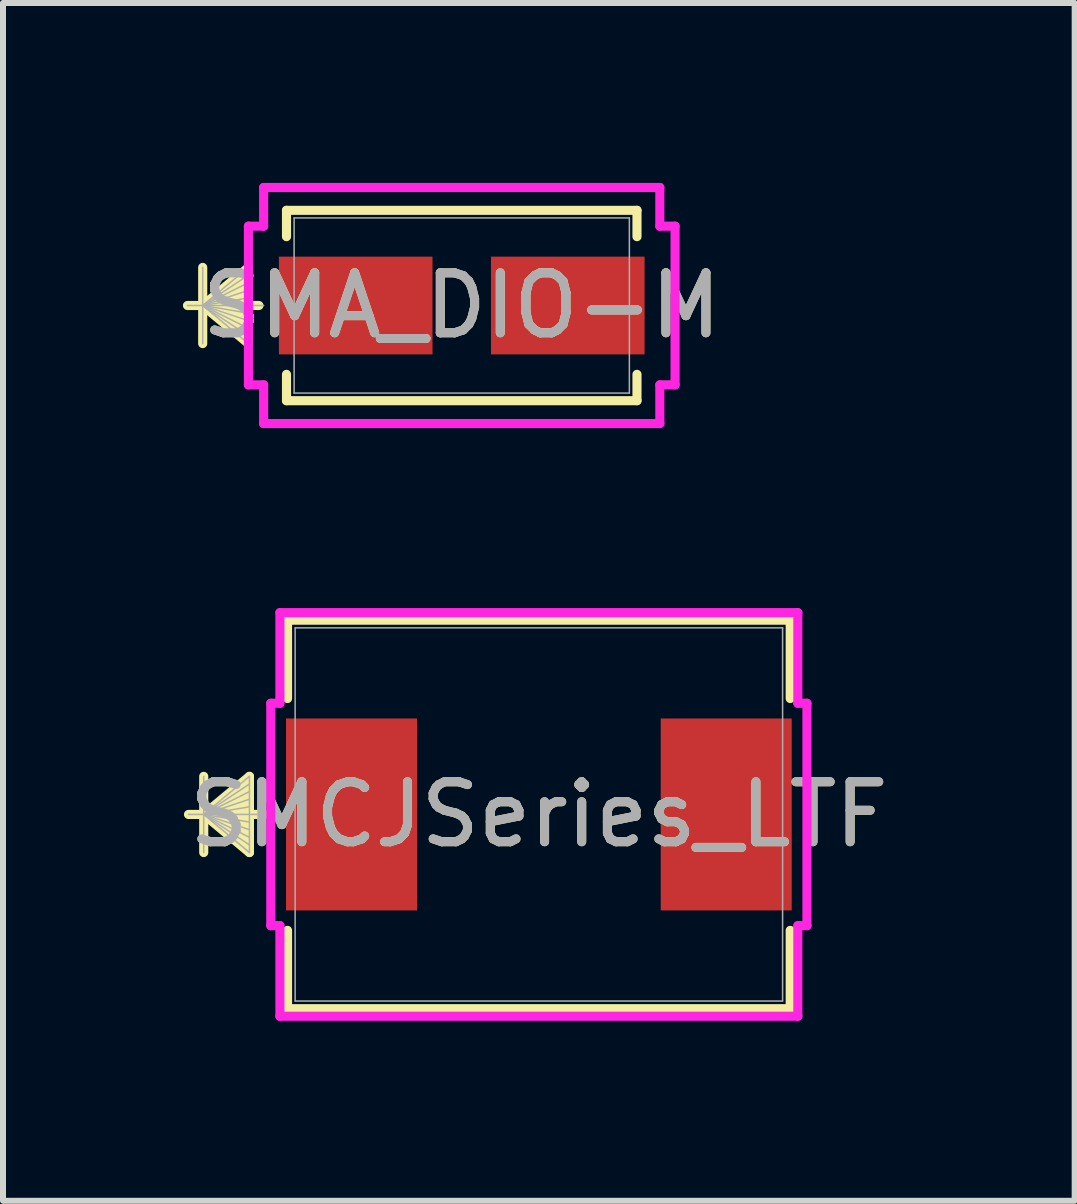
<source format=kicad_pcb>
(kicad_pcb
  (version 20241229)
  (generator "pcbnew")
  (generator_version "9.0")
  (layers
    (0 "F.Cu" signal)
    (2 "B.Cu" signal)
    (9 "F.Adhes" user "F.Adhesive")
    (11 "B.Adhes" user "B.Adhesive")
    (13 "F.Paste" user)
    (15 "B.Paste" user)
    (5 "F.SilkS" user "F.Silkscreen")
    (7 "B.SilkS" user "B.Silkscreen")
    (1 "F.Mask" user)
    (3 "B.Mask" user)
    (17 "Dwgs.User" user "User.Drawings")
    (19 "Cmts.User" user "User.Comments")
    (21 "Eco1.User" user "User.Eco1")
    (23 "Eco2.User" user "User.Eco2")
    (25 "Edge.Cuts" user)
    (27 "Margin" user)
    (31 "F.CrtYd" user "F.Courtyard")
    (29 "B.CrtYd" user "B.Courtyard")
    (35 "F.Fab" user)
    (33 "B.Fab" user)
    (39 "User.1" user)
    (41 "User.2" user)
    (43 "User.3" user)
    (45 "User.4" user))
  (footprint "SMA_DIO-M"
    (layer "F.Cu")
    (at 4.649 2.044)
    (property "Reference" "SMA_DIO-M" (at 0 0 0) (unlocked yes) (layer "F.SilkS") (effects (font (size 1 1) (thickness 0.15))))
    (attr smd)
    (fp_line (start -4.319 -0.635) (end -4.319 0.635) (stroke (width 0.152) (type solid)) (layer "F.SilkS"))
    (fp_line (start -4.319 0) (end -3.557 -0.635) (stroke (width 0.152) (type solid)) (layer "F.SilkS"))
    (fp_line (start -4.319 0) (end -3.557 -0.508) (stroke (width 0.152) (type solid)) (layer "F.SilkS"))
    (fp_line (start -4.319 0) (end -3.557 -0.381) (stroke (width 0.152) (type solid)) (layer "F.SilkS"))
    (fp_line (start -4.319 0) (end -3.557 -0.254) (stroke (width 0.152) (type solid)) (layer "F.SilkS"))
    (fp_line (start -4.319 0) (end -3.557 -0.127) (stroke (width 0.152) (type solid)) (layer "F.SilkS"))
    (fp_line (start -4.319 0) (end -3.557 0.127) (stroke (width 0.152) (type solid)) (layer "F.SilkS"))
    (fp_line (start -4.319 0) (end -3.557 0.254) (stroke (width 0.152) (type solid)) (layer "F.SilkS"))
    (fp_line (start -4.319 0) (end -3.557 0.381) (stroke (width 0.152) (type solid)) (layer "F.SilkS"))
    (fp_line (start -4.319 0) (end -3.557 0.508) (stroke (width 0.152) (type solid)) (layer "F.SilkS"))
    (fp_line (start -4.319 0) (end -3.557 0.635) (stroke (width 0.152) (type solid)) (layer "F.SilkS"))
    (fp_line (start -3.557 -0.635) (end -3.557 0.635) (stroke (width 0.152) (type solid)) (layer "F.SilkS"))
    (fp_line (start -3.382 0) (end -4.573 0) (stroke (width 0.152) (type solid)) (layer "F.SilkS"))
    (fp_line (start -2.922 -1.587) (end -2.922 -1.148) (stroke (width 0.152) (type solid)) (layer "F.SilkS"))
    (fp_line (start -2.922 1.148) (end -2.922 1.587) (stroke (width 0.152) (type solid)) (layer "F.SilkS"))
    (fp_line (start -2.922 1.587) (end 2.922 1.587) (stroke (width 0.152) (type solid)) (layer "F.SilkS"))
    (fp_line (start 2.922 -1.587) (end -2.922 -1.587) (stroke (width 0.152) (type solid)) (layer "F.SilkS"))
    (fp_line (start 2.922 -1.148) (end 2.922 -1.587) (stroke (width 0.152) (type solid)) (layer "F.SilkS"))
    (fp_line (start 2.922 1.587) (end 2.922 1.148) (stroke (width 0.152) (type solid)) (layer "F.SilkS"))
    (fp_line (start -3.557 -1.323) (end -3.303 -1.323) (stroke (width 0.152) (type solid)) (layer "F.CrtYd"))
    (fp_line (start -3.557 1.323) (end -3.557 -1.323) (stroke (width 0.152) (type solid)) (layer "F.CrtYd"))
    (fp_line (start -3.303 -1.968) (end 3.303 -1.968) (stroke (width 0.152) (type solid)) (layer "F.CrtYd"))
    (fp_line (start -3.303 -1.323) (end -3.303 -1.968) (stroke (width 0.152) (type solid)) (layer "F.CrtYd"))
    (fp_line (start -3.303 1.323) (end -3.557 1.323) (stroke (width 0.152) (type solid)) (layer "F.CrtYd"))
    (fp_line (start -3.303 1.968) (end -3.303 1.323) (stroke (width 0.152) (type solid)) (layer "F.CrtYd"))
    (fp_line (start 3.303 -1.968) (end 3.303 -1.323) (stroke (width 0.152) (type solid)) (layer "F.CrtYd"))
    (fp_line (start 3.303 -1.323) (end 3.557 -1.323) (stroke (width 0.152) (type solid)) (layer "F.CrtYd"))
    (fp_line (start 3.303 1.323) (end 3.303 1.968) (stroke (width 0.152) (type solid)) (layer "F.CrtYd"))
    (fp_line (start 3.303 1.968) (end -3.303 1.968) (stroke (width 0.152) (type solid)) (layer "F.CrtYd"))
    (fp_line (start 3.557 -1.323) (end 3.557 1.323) (stroke (width 0.152) (type solid)) (layer "F.CrtYd"))
    (fp_line (start 3.557 1.323) (end 3.303 1.323) (stroke (width 0.152) (type solid)) (layer "F.CrtYd"))
    (fp_line (start -4.319 -0.635) (end -4.319 0.635) (stroke (width 0.025) (type solid)) (layer "F.Fab"))
    (fp_line (start -4.319 0) (end -3.557 -0.635) (stroke (width 0.025) (type solid)) (layer "F.Fab"))
    (fp_line (start -4.319 0) (end -3.557 -0.508) (stroke (width 0.025) (type solid)) (layer "F.Fab"))
    (fp_line (start -4.319 0) (end -3.557 -0.381) (stroke (width 0.025) (type solid)) (layer "F.Fab"))
    (fp_line (start -4.319 0) (end -3.557 -0.254) (stroke (width 0.025) (type solid)) (layer "F.Fab"))
    (fp_line (start -4.319 0) (end -3.557 -0.127) (stroke (width 0.025) (type solid)) (layer "F.Fab"))
    (fp_line (start -4.319 0) (end -3.557 0.127) (stroke (width 0.025) (type solid)) (layer "F.Fab"))
    (fp_line (start -4.319 0) (end -3.557 0.254) (stroke (width 0.025) (type solid)) (layer "F.Fab"))
    (fp_line (start -4.319 0) (end -3.557 0.381) (stroke (width 0.025) (type solid)) (layer "F.Fab"))
    (fp_line (start -4.319 0) (end -3.557 0.508) (stroke (width 0.025) (type solid)) (layer "F.Fab"))
    (fp_line (start -4.319 0) (end -3.557 0.635) (stroke (width 0.025) (type solid)) (layer "F.Fab"))
    (fp_line (start -3.557 -0.635) (end -3.557 0.635) (stroke (width 0.025) (type solid)) (layer "F.Fab"))
    (fp_line (start -3.303 0) (end -4.573 0) (stroke (width 0.025) (type solid)) (layer "F.Fab"))
    (fp_line (start -2.795 -1.46) (end -2.795 1.46) (stroke (width 0.025) (type solid)) (layer "F.Fab"))
    (fp_line (start -2.795 1.46) (end 2.795 1.46) (stroke (width 0.025) (type solid)) (layer "F.Fab"))
    (fp_line (start 2.795 -1.46) (end -2.795 -1.46) (stroke (width 0.025) (type solid)) (layer "F.Fab"))
    (fp_line (start 2.795 1.46) (end 2.795 -1.46) (stroke (width 0.025) (type solid)) (layer "F.Fab"))
    (fp_text user "${REFERENCE}" (at 0 0 0) (unlocked yes) (layer "F.Fab") (effects (font (size 1 1) (thickness 0.15))))
    (pad "1" smd rect (at -1.768 0 90) (size 1.63 2.561) (layers "F.Cu" "F.Mask" "F.Paste"))
    (pad "2" smd rect (at 1.768 0 90) (size 1.63 2.561) (layers "F.Cu" "F.Mask" "F.Paste"))
    (zone (net_name "") (layer "F.Cu") (hatch full 0.508) (connect_pads) (min_thickness 0.254) (filled_areas_thickness no) (keepout (tracks not_allowed) (vias not_allowed) (pads allowed) (copperpour not_allowed) (footprints allowed)) (placement (enabled no)) (fill) (polygon (pts (xy 1.905 0.635) (xy 7.393 0.635) (xy 7.393 1.178) (xy 1.905 1.178))))
    (zone (net_name "") (layer "F.Cu") (hatch full 0.508) (connect_pads) (min_thickness 0.254) (filled_areas_thickness no) (keepout (tracks not_allowed) (vias not_allowed) (pads allowed) (copperpour not_allowed) (footprints allowed)) (placement (enabled no)) (fill) (polygon (pts (xy 1.905 2.91) (xy 7.393 2.91) (xy 7.393 3.453) (xy 1.905 3.453))))
    (zone (net_name "") (layer "F.Cu") (hatch full 0.508) (connect_pads) (min_thickness 0.254) (filled_areas_thickness no) (keepout (tracks not_allowed) (vias not_allowed) (pads allowed) (copperpour not_allowed) (footprints allowed)) (placement (enabled no)) (fill) (polygon (pts (xy 4.212 1.178) (xy 5.086 1.178) (xy 5.086 2.91) (xy 4.212 2.91)))))
  (footprint "SMCJSeries_LTF"
    (layer "F.Cu")
    (at 5.935 10.53)
    (property "Reference" "SMCJSeries_LTF" (at 0 0 0) (unlocked yes) (layer "F.SilkS") (effects (font (size 1 1) (thickness 0.15))))
    (attr smd)
    (fp_line (start -5.588 -0.635) (end -5.588 0.635) (stroke (width 0.152) (type solid)) (layer "F.SilkS"))
    (fp_line (start -5.588 0) (end -4.826 -0.635) (stroke (width 0.152) (type solid)) (layer "F.SilkS"))
    (fp_line (start -5.588 0) (end -4.826 -0.508) (stroke (width 0.152) (type solid)) (layer "F.SilkS"))
    (fp_line (start -5.588 0) (end -4.826 -0.381) (stroke (width 0.152) (type solid)) (layer "F.SilkS"))
    (fp_line (start -5.588 0) (end -4.826 -0.254) (stroke (width 0.152) (type solid)) (layer "F.SilkS"))
    (fp_line (start -5.588 0) (end -4.826 -0.127) (stroke (width 0.152) (type solid)) (layer "F.SilkS"))
    (fp_line (start -5.588 0) (end -4.826 0.127) (stroke (width 0.152) (type solid)) (layer "F.SilkS"))
    (fp_line (start -5.588 0) (end -4.826 0.254) (stroke (width 0.152) (type solid)) (layer "F.SilkS"))
    (fp_line (start -5.588 0) (end -4.826 0.381) (stroke (width 0.152) (type solid)) (layer "F.SilkS"))
    (fp_line (start -5.588 0) (end -4.826 0.508) (stroke (width 0.152) (type solid)) (layer "F.SilkS"))
    (fp_line (start -5.588 0) (end -4.826 0.635) (stroke (width 0.152) (type solid)) (layer "F.SilkS"))
    (fp_line (start -4.826 -0.635) (end -4.826 0.635) (stroke (width 0.152) (type solid)) (layer "F.SilkS"))
    (fp_line (start -4.572 0) (end -5.842 0) (stroke (width 0.152) (type solid)) (layer "F.SilkS"))
    (fp_line (start -4.191 -3.239) (end -4.191 -1.933) (stroke (width 0.152) (type solid)) (layer "F.SilkS"))
    (fp_line (start -4.191 1.933) (end -4.191 3.239) (stroke (width 0.152) (type solid)) (layer "F.SilkS"))
    (fp_line (start -4.191 3.239) (end 4.191 3.239) (stroke (width 0.152) (type solid)) (layer "F.SilkS"))
    (fp_line (start 4.191 -3.239) (end -4.191 -3.239) (stroke (width 0.152) (type solid)) (layer "F.SilkS"))
    (fp_line (start 4.191 -1.933) (end 4.191 -3.239) (stroke (width 0.152) (type solid)) (layer "F.SilkS"))
    (fp_line (start 4.191 3.239) (end 4.191 1.933) (stroke (width 0.152) (type solid)) (layer "F.SilkS"))
    (fp_line (start -4.47 -1.854) (end -4.318 -1.854) (stroke (width 0.152) (type solid)) (layer "F.CrtYd"))
    (fp_line (start -4.47 1.854) (end -4.47 -1.854) (stroke (width 0.152) (type solid)) (layer "F.CrtYd"))
    (fp_line (start -4.318 -3.365) (end 4.318 -3.365) (stroke (width 0.152) (type solid)) (layer "F.CrtYd"))
    (fp_line (start -4.318 -1.854) (end -4.318 -3.365) (stroke (width 0.152) (type solid)) (layer "F.CrtYd"))
    (fp_line (start -4.318 1.854) (end -4.47 1.854) (stroke (width 0.152) (type solid)) (layer "F.CrtYd"))
    (fp_line (start -4.318 3.365) (end -4.318 1.854) (stroke (width 0.152) (type solid)) (layer "F.CrtYd"))
    (fp_line (start 4.318 -3.365) (end 4.318 -1.854) (stroke (width 0.152) (type solid)) (layer "F.CrtYd"))
    (fp_line (start 4.318 -1.854) (end 4.47 -1.854) (stroke (width 0.152) (type solid)) (layer "F.CrtYd"))
    (fp_line (start 4.318 1.854) (end 4.318 3.365) (stroke (width 0.152) (type solid)) (layer "F.CrtYd"))
    (fp_line (start 4.318 3.365) (end -4.318 3.365) (stroke (width 0.152) (type solid)) (layer "F.CrtYd"))
    (fp_line (start 4.47 -1.854) (end 4.47 1.854) (stroke (width 0.152) (type solid)) (layer "F.CrtYd"))
    (fp_line (start 4.47 1.854) (end 4.318 1.854) (stroke (width 0.152) (type solid)) (layer "F.CrtYd"))
    (fp_line (start -5.588 -0.635) (end -5.588 0.635) (stroke (width 0.025) (type solid)) (layer "F.Fab"))
    (fp_line (start -5.588 0) (end -4.826 -0.635) (stroke (width 0.025) (type solid)) (layer "F.Fab"))
    (fp_line (start -5.588 0) (end -4.826 -0.508) (stroke (width 0.025) (type solid)) (layer "F.Fab"))
    (fp_line (start -5.588 0) (end -4.826 -0.381) (stroke (width 0.025) (type solid)) (layer "F.Fab"))
    (fp_line (start -5.588 0) (end -4.826 -0.254) (stroke (width 0.025) (type solid)) (layer "F.Fab"))
    (fp_line (start -5.588 0) (end -4.826 -0.127) (stroke (width 0.025) (type solid)) (layer "F.Fab"))
    (fp_line (start -5.588 0) (end -4.826 0.127) (stroke (width 0.025) (type solid)) (layer "F.Fab"))
    (fp_line (start -5.588 0) (end -4.826 0.254) (stroke (width 0.025) (type solid)) (layer "F.Fab"))
    (fp_line (start -5.588 0) (end -4.826 0.381) (stroke (width 0.025) (type solid)) (layer "F.Fab"))
    (fp_line (start -5.588 0) (end -4.826 0.508) (stroke (width 0.025) (type solid)) (layer "F.Fab"))
    (fp_line (start -5.588 0) (end -4.826 0.635) (stroke (width 0.025) (type solid)) (layer "F.Fab"))
    (fp_line (start -4.826 -0.635) (end -4.826 0.635) (stroke (width 0.025) (type solid)) (layer "F.Fab"))
    (fp_line (start -4.572 0) (end -5.842 0) (stroke (width 0.025) (type solid)) (layer "F.Fab"))
    (fp_line (start -4.064 -3.111) (end -4.064 3.111) (stroke (width 0.025) (type solid)) (layer "F.Fab"))
    (fp_line (start -4.064 3.111) (end 4.064 3.111) (stroke (width 0.025) (type solid)) (layer "F.Fab"))
    (fp_line (start 4.064 -3.111) (end -4.064 -3.111) (stroke (width 0.025) (type solid)) (layer "F.Fab"))
    (fp_line (start 4.064 3.111) (end 4.064 -3.111) (stroke (width 0.025) (type solid)) (layer "F.Fab"))
    (fp_text user "${REFERENCE}" (at 0 0 0) (unlocked yes) (layer "F.Fab") (effects (font (size 1 1) (thickness 0.15))))
    (pad "1" smd rect (at -3.124 0 90) (size 3.2 2.184) (layers "F.Cu" "F.Mask" "F.Paste"))
    (pad "2" smd rect (at 3.124 0 90) (size 3.2 2.184) (layers "F.Cu" "F.Mask" "F.Paste"))
    (zone (net_name "") (layer "F.Cu") (hatch full 0.508) (connect_pads) (min_thickness 0.254) (filled_areas_thickness no) (keepout (tracks not_allowed) (vias not_allowed) (pads allowed) (copperpour not_allowed) (footprints allowed)) (placement (enabled no)) (fill) (polygon (pts (xy 1.921 7.469) (xy 9.948 7.469) (xy 9.948 8.879) (xy 1.921 8.879))))
    (zone (net_name "") (layer "F.Cu") (hatch full 0.508) (connect_pads) (min_thickness 0.254) (filled_areas_thickness no) (keepout (tracks not_allowed) (vias not_allowed) (pads allowed) (copperpour not_allowed) (footprints allowed)) (placement (enabled no)) (fill) (polygon (pts (xy 1.921 12.181) (xy 9.948 12.181) (xy 9.948 13.591) (xy 1.921 13.591))))
    (zone (net_name "") (layer "F.Cu") (hatch full 0.508) (connect_pads) (min_thickness 0.254) (filled_areas_thickness no) (keepout (tracks not_allowed) (vias not_allowed) (pads allowed) (copperpour not_allowed) (footprints allowed)) (placement (enabled no)) (fill) (polygon (pts (xy 3.953 8.879) (xy 7.916 8.879) (xy 7.916 12.181) (xy 3.953 12.181)))))
  (gr_rect
    (start -3 -3)
    (end 14.869 16.972)
    (stroke (width 0.1) (type default))
    (fill no)
    (layer "Edge.Cuts")))
</source>
